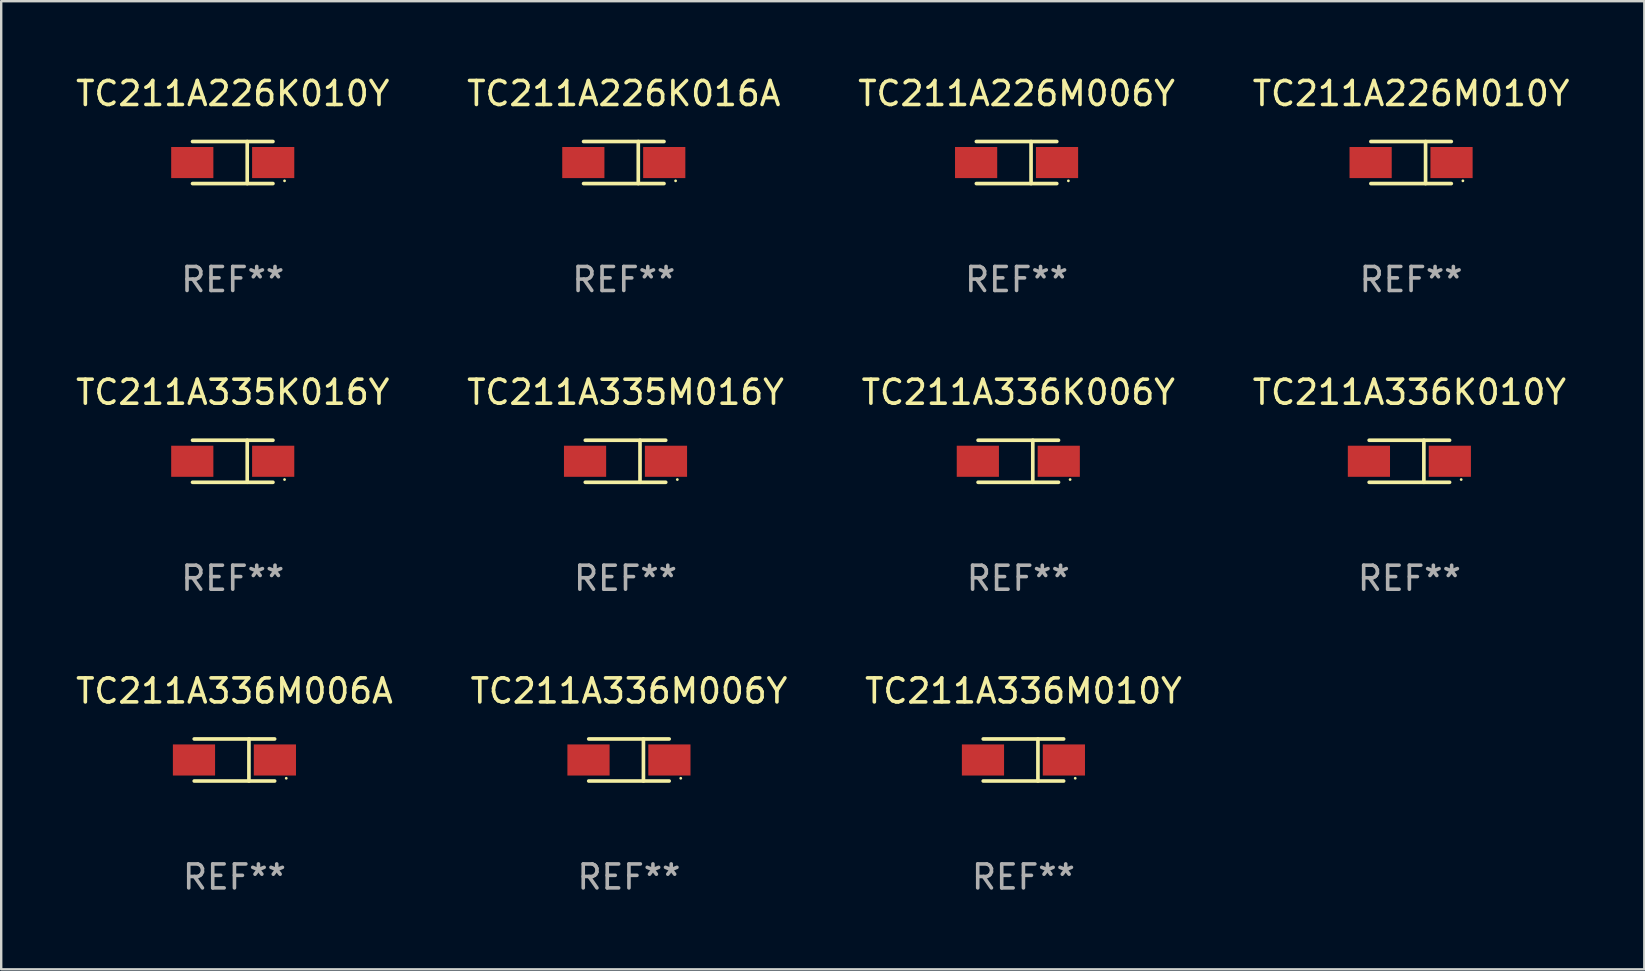
<source format=kicad_pcb>
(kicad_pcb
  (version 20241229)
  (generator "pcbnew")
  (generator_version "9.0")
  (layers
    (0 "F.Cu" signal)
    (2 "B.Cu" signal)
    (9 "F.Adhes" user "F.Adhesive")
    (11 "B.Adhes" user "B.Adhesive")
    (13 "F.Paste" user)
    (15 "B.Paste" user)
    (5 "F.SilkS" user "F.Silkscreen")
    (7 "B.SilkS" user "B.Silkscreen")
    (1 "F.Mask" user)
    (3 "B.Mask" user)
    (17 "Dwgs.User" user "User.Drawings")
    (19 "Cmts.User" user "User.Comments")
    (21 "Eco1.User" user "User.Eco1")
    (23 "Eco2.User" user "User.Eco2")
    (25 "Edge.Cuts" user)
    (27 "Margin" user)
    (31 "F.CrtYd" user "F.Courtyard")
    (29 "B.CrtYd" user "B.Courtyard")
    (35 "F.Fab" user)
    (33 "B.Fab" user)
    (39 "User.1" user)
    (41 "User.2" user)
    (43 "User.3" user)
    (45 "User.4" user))
  (footprint "TC211A335M016Y"
    (layer "F.Cu")
    (at 23.018 16.173)
    (property "Reference" "TC211A335M016Y" (at 0 -2.876 0) (layer "F.SilkS") (effects (font (size 1 1) (thickness 0.15))))
    (attr through_hole)
    (fp_line (start -1.676 -0.876) (end 1.676 -0.876) (stroke (width 0.152) (type solid)) (layer "F.SilkS"))
    (fp_line (start -1.676 0.876) (end 1.676 0.876) (stroke (width 0.152) (type solid)) (layer "F.SilkS"))
    (fp_line (start 0.604 -0.876) (end 0.604 0.876) (stroke (width 0.152) (type solid)) (layer "F.SilkS"))
    (fp_circle (center 2.159 0.762) (end 2.189 0.762) (stroke (width 0.06) (type solid)) (fill no) (layer "F.SilkS"))
    (fp_text user "REF**" (at 0 4.876 0) (layer "F.Fab") (effects (font (size 1 1) (thickness 0.15))))
    (pad "1" smd rect (at 1.686 0) (size 1.758 1.296) (layers "F.Cu" "F.Mask" "F.Paste"))
    (pad "2" smd rect (at -1.686 0) (size 1.758 1.296) (layers "F.Cu" "F.Mask" "F.Paste")))
  (footprint "TC211A336K010Y"
    (layer "F.Cu")
    (at 55.685 16.173)
    (property "Reference" "TC211A336K010Y" (at 0 -2.876 0) (layer "F.SilkS") (effects (font (size 1 1) (thickness 0.15))))
    (attr through_hole)
    (fp_line (start -1.676 -0.876) (end 1.676 -0.876) (stroke (width 0.152) (type solid)) (layer "F.SilkS"))
    (fp_line (start -1.676 0.876) (end 1.676 0.876) (stroke (width 0.152) (type solid)) (layer "F.SilkS"))
    (fp_line (start 0.604 -0.876) (end 0.604 0.876) (stroke (width 0.152) (type solid)) (layer "F.SilkS"))
    (fp_circle (center 2.159 0.762) (end 2.189 0.762) (stroke (width 0.06) (type solid)) (fill no) (layer "F.SilkS"))
    (fp_text user "REF**" (at 0 4.876 0) (layer "F.Fab") (effects (font (size 1 1) (thickness 0.15))))
    (pad "1" smd rect (at 1.686 0) (size 1.758 1.296) (layers "F.Cu" "F.Mask" "F.Paste"))
    (pad "2" smd rect (at -1.686 0) (size 1.758 1.296) (layers "F.Cu" "F.Mask" "F.Paste")))
  (footprint "TC211A336M010Y"
    (layer "F.Cu")
    (at 39.601 28.622)
    (property "Reference" "TC211A336M010Y" (at 0 -2.876 0) (layer "F.SilkS") (effects (font (size 1 1) (thickness 0.15))))
    (attr through_hole)
    (fp_line (start -1.676 -0.876) (end 1.676 -0.876) (stroke (width 0.152) (type solid)) (layer "F.SilkS"))
    (fp_line (start -1.676 0.876) (end 1.676 0.876) (stroke (width 0.152) (type solid)) (layer "F.SilkS"))
    (fp_line (start 0.604 -0.876) (end 0.604 0.876) (stroke (width 0.152) (type solid)) (layer "F.SilkS"))
    (fp_circle (center 2.159 0.762) (end 2.189 0.762) (stroke (width 0.06) (type solid)) (fill no) (layer "F.SilkS"))
    (fp_text user "REF**" (at 0 4.876 0) (layer "F.Fab") (effects (font (size 1 1) (thickness 0.15))))
    (pad "1" smd rect (at 1.686 0) (size 1.758 1.296) (layers "F.Cu" "F.Mask" "F.Paste"))
    (pad "2" smd rect (at -1.686 0) (size 1.758 1.296) (layers "F.Cu" "F.Mask" "F.Paste")))
  (footprint "TC211A226K010Y"
    (layer "F.Cu")
    (at 6.649 3.724)
    (property "Reference" "TC211A226K010Y" (at 0 -2.876 0) (layer "F.SilkS") (effects (font (size 1 1) (thickness 0.15))))
    (attr through_hole)
    (fp_line (start -1.676 -0.876) (end 1.676 -0.876) (stroke (width 0.152) (type solid)) (layer "F.SilkS"))
    (fp_line (start -1.676 0.876) (end 1.676 0.876) (stroke (width 0.152) (type solid)) (layer "F.SilkS"))
    (fp_line (start 0.604 -0.876) (end 0.604 0.876) (stroke (width 0.152) (type solid)) (layer "F.SilkS"))
    (fp_circle (center 2.159 0.762) (end 2.189 0.762) (stroke (width 0.06) (type solid)) (fill no) (layer "F.SilkS"))
    (fp_text user "REF**" (at 0 4.876 0) (layer "F.Fab") (effects (font (size 1 1) (thickness 0.15))))
    (pad "1" smd rect (at 1.686 0) (size 1.758 1.296) (layers "F.Cu" "F.Mask" "F.Paste"))
    (pad "2" smd rect (at -1.686 0) (size 1.758 1.296) (layers "F.Cu" "F.Mask" "F.Paste")))
  (footprint "TC211A226M010Y"
    (layer "F.Cu")
    (at 55.756 3.724)
    (property "Reference" "TC211A226M010Y" (at 0 -2.876 0) (layer "F.SilkS") (effects (font (size 1 1) (thickness 0.15))))
    (attr through_hole)
    (fp_line (start -1.676 -0.876) (end 1.676 -0.876) (stroke (width 0.152) (type solid)) (layer "F.SilkS"))
    (fp_line (start -1.676 0.876) (end 1.676 0.876) (stroke (width 0.152) (type solid)) (layer "F.SilkS"))
    (fp_line (start 0.604 -0.876) (end 0.604 0.876) (stroke (width 0.152) (type solid)) (layer "F.SilkS"))
    (fp_circle (center 2.159 0.762) (end 2.189 0.762) (stroke (width 0.06) (type solid)) (fill no) (layer "F.SilkS"))
    (fp_text user "REF**" (at 0 4.876 0) (layer "F.Fab") (effects (font (size 1 1) (thickness 0.15))))
    (pad "1" smd rect (at 1.686 0) (size 1.758 1.296) (layers "F.Cu" "F.Mask" "F.Paste"))
    (pad "2" smd rect (at -1.686 0) (size 1.758 1.296) (layers "F.Cu" "F.Mask" "F.Paste")))
  (footprint "TC211A336K006Y"
    (layer "F.Cu")
    (at 39.387 16.173)
    (property "Reference" "TC211A336K006Y" (at 0 -2.876 0) (layer "F.SilkS") (effects (font (size 1 1) (thickness 0.15))))
    (attr through_hole)
    (fp_line (start -1.676 -0.876) (end 1.676 -0.876) (stroke (width 0.152) (type solid)) (layer "F.SilkS"))
    (fp_line (start -1.676 0.876) (end 1.676 0.876) (stroke (width 0.152) (type solid)) (layer "F.SilkS"))
    (fp_line (start 0.604 -0.876) (end 0.604 0.876) (stroke (width 0.152) (type solid)) (layer "F.SilkS"))
    (fp_circle (center 2.159 0.762) (end 2.189 0.762) (stroke (width 0.06) (type solid)) (fill no) (layer "F.SilkS"))
    (fp_text user "REF**" (at 0 4.876 0) (layer "F.Fab") (effects (font (size 1 1) (thickness 0.15))))
    (pad "1" smd rect (at 1.686 0) (size 1.758 1.296) (layers "F.Cu" "F.Mask" "F.Paste"))
    (pad "2" smd rect (at -1.686 0) (size 1.758 1.296) (layers "F.Cu" "F.Mask" "F.Paste")))
  (footprint "TC211A335K016Y"
    (layer "F.Cu")
    (at 6.649 16.173)
    (property "Reference" "TC211A335K016Y" (at 0 -2.876 0) (layer "F.SilkS") (effects (font (size 1 1) (thickness 0.15))))
    (attr through_hole)
    (fp_line (start -1.676 -0.876) (end 1.676 -0.876) (stroke (width 0.152) (type solid)) (layer "F.SilkS"))
    (fp_line (start -1.676 0.876) (end 1.676 0.876) (stroke (width 0.152) (type solid)) (layer "F.SilkS"))
    (fp_line (start 0.604 -0.876) (end 0.604 0.876) (stroke (width 0.152) (type solid)) (layer "F.SilkS"))
    (fp_circle (center 2.159 0.762) (end 2.189 0.762) (stroke (width 0.06) (type solid)) (fill no) (layer "F.SilkS"))
    (fp_text user "REF**" (at 0 4.876 0) (layer "F.Fab") (effects (font (size 1 1) (thickness 0.15))))
    (pad "1" smd rect (at 1.686 0) (size 1.758 1.296) (layers "F.Cu" "F.Mask" "F.Paste"))
    (pad "2" smd rect (at -1.686 0) (size 1.758 1.296) (layers "F.Cu" "F.Mask" "F.Paste")))
  (footprint "TC211A226K016A"
    (layer "F.Cu")
    (at 22.946 3.724)
    (property "Reference" "TC211A226K016A" (at 0 -2.876 0) (layer "F.SilkS") (effects (font (size 1 1) (thickness 0.15))))
    (attr through_hole)
    (fp_line (start -1.676 -0.876) (end 1.676 -0.876) (stroke (width 0.152) (type solid)) (layer "F.SilkS"))
    (fp_line (start -1.676 0.876) (end 1.676 0.876) (stroke (width 0.152) (type solid)) (layer "F.SilkS"))
    (fp_line (start 0.604 -0.876) (end 0.604 0.876) (stroke (width 0.152) (type solid)) (layer "F.SilkS"))
    (fp_circle (center 2.159 0.762) (end 2.189 0.762) (stroke (width 0.06) (type solid)) (fill no) (layer "F.SilkS"))
    (fp_text user "REF**" (at 0 4.876 0) (layer "F.Fab") (effects (font (size 1 1) (thickness 0.15))))
    (pad "1" smd rect (at 1.686 0) (size 1.758 1.296) (layers "F.Cu" "F.Mask" "F.Paste"))
    (pad "2" smd rect (at -1.686 0) (size 1.758 1.296) (layers "F.Cu" "F.Mask" "F.Paste")))
  (footprint "TC211A336M006Y"
    (layer "F.Cu")
    (at 23.161 28.622)
    (property "Reference" "TC211A336M006Y" (at 0 -2.876 0) (layer "F.SilkS") (effects (font (size 1 1) (thickness 0.15))))
    (attr through_hole)
    (fp_line (start -1.676 -0.876) (end 1.676 -0.876) (stroke (width 0.152) (type solid)) (layer "F.SilkS"))
    (fp_line (start -1.676 0.876) (end 1.676 0.876) (stroke (width 0.152) (type solid)) (layer "F.SilkS"))
    (fp_line (start 0.604 -0.876) (end 0.604 0.876) (stroke (width 0.152) (type solid)) (layer "F.SilkS"))
    (fp_circle (center 2.159 0.762) (end 2.189 0.762) (stroke (width 0.06) (type solid)) (fill no) (layer "F.SilkS"))
    (fp_text user "REF**" (at 0 4.876 0) (layer "F.Fab") (effects (font (size 1 1) (thickness 0.15))))
    (pad "1" smd rect (at 1.686 0) (size 1.758 1.296) (layers "F.Cu" "F.Mask" "F.Paste"))
    (pad "2" smd rect (at -1.686 0) (size 1.758 1.296) (layers "F.Cu" "F.Mask" "F.Paste")))
  (footprint "TC211A336M006A"
    (layer "F.Cu")
    (at 6.72 28.622)
    (property "Reference" "TC211A336M006A" (at 0 -2.876 0) (layer "F.SilkS") (effects (font (size 1 1) (thickness 0.15))))
    (attr through_hole)
    (fp_line (start -1.676 -0.876) (end 1.676 -0.876) (stroke (width 0.152) (type solid)) (layer "F.SilkS"))
    (fp_line (start -1.676 0.876) (end 1.676 0.876) (stroke (width 0.152) (type solid)) (layer "F.SilkS"))
    (fp_line (start 0.604 -0.876) (end 0.604 0.876) (stroke (width 0.152) (type solid)) (layer "F.SilkS"))
    (fp_circle (center 2.159 0.762) (end 2.189 0.762) (stroke (width 0.06) (type solid)) (fill no) (layer "F.SilkS"))
    (fp_text user "REF**" (at 0 4.876 0) (layer "F.Fab") (effects (font (size 1 1) (thickness 0.15))))
    (pad "1" smd rect (at 1.686 0) (size 1.758 1.296) (layers "F.Cu" "F.Mask" "F.Paste"))
    (pad "2" smd rect (at -1.686 0) (size 1.758 1.296) (layers "F.Cu" "F.Mask" "F.Paste")))
  (footprint "TC211A226M006Y"
    (layer "F.Cu")
    (at 39.315 3.724)
    (property "Reference" "TC211A226M006Y" (at 0 -2.876 0) (layer "F.SilkS") (effects (font (size 1 1) (thickness 0.15))))
    (attr through_hole)
    (fp_line (start -1.676 -0.876) (end 1.676 -0.876) (stroke (width 0.152) (type solid)) (layer "F.SilkS"))
    (fp_line (start -1.676 0.876) (end 1.676 0.876) (stroke (width 0.152) (type solid)) (layer "F.SilkS"))
    (fp_line (start 0.604 -0.876) (end 0.604 0.876) (stroke (width 0.152) (type solid)) (layer "F.SilkS"))
    (fp_circle (center 2.159 0.762) (end 2.189 0.762) (stroke (width 0.06) (type solid)) (fill no) (layer "F.SilkS"))
    (fp_text user "REF**" (at 0 4.876 0) (layer "F.Fab") (effects (font (size 1 1) (thickness 0.15))))
    (pad "1" smd rect (at 1.686 0) (size 1.758 1.296) (layers "F.Cu" "F.Mask" "F.Paste"))
    (pad "2" smd rect (at -1.686 0) (size 1.758 1.296) (layers "F.Cu" "F.Mask" "F.Paste")))
  (gr_rect
    (start -3 -3)
    (end 65.476 37.347)
    (stroke (width 0.1) (type default))
    (fill no)
    (layer "Edge.Cuts")))
</source>
